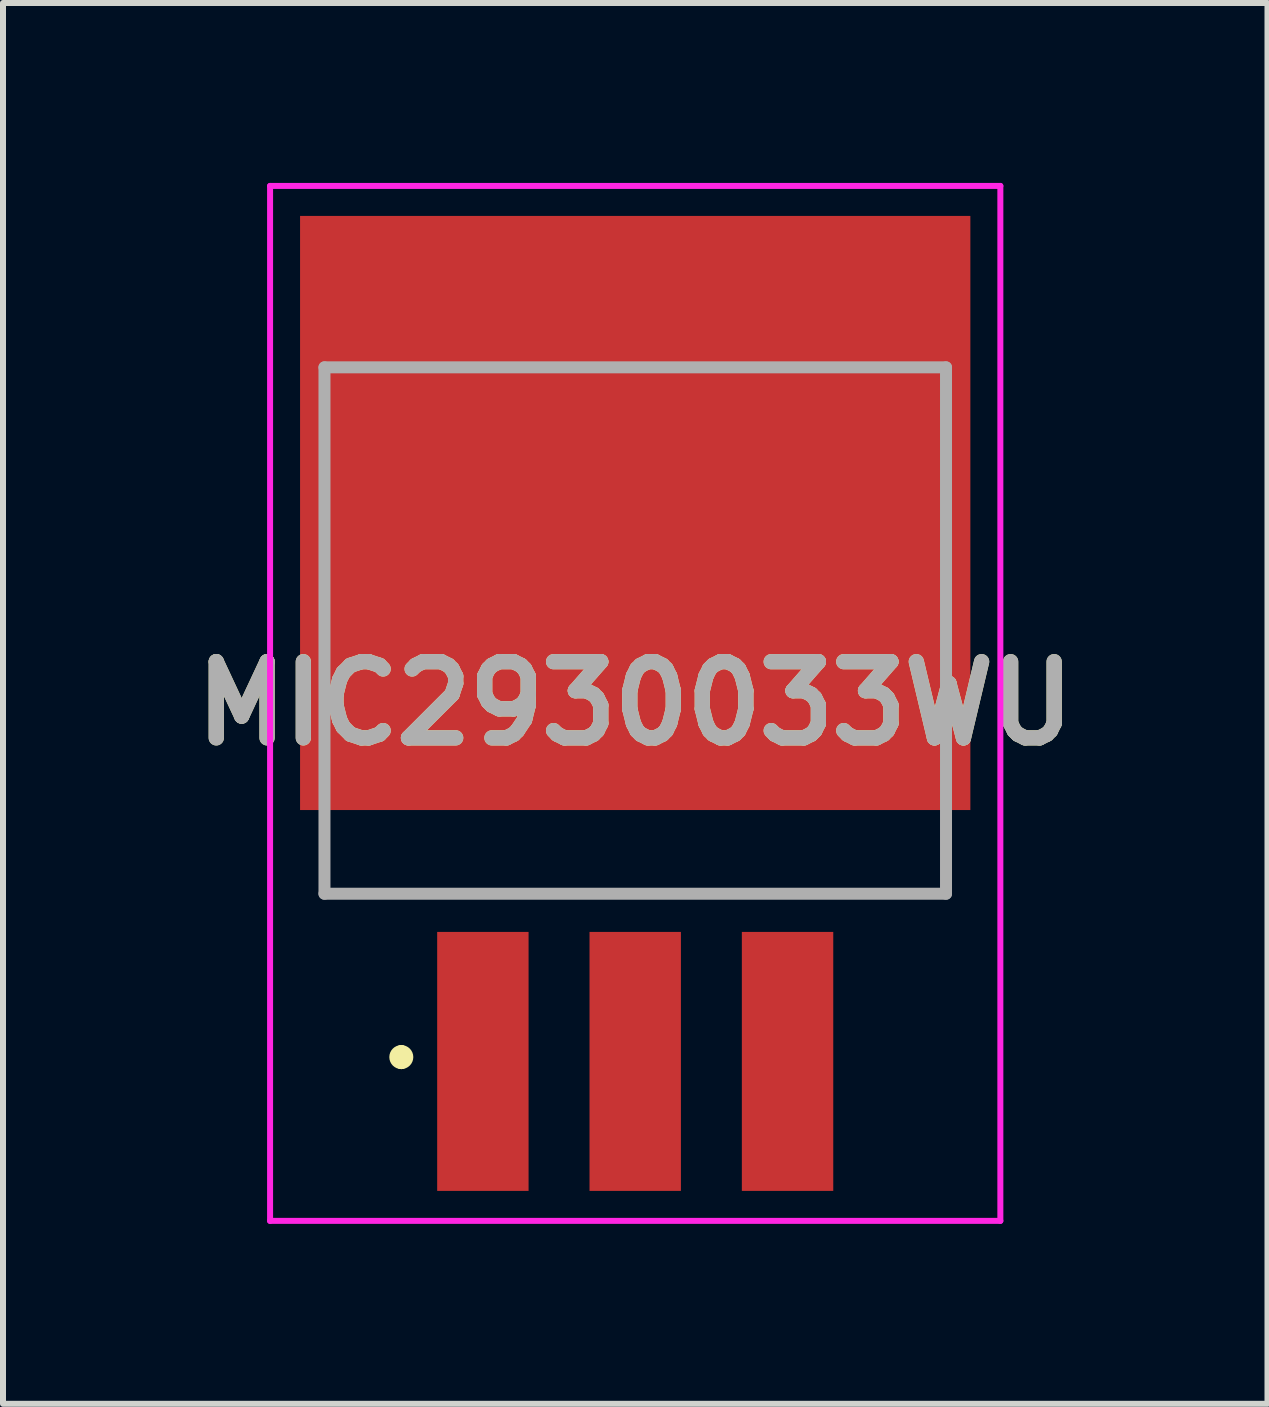
<source format=kicad_pcb>
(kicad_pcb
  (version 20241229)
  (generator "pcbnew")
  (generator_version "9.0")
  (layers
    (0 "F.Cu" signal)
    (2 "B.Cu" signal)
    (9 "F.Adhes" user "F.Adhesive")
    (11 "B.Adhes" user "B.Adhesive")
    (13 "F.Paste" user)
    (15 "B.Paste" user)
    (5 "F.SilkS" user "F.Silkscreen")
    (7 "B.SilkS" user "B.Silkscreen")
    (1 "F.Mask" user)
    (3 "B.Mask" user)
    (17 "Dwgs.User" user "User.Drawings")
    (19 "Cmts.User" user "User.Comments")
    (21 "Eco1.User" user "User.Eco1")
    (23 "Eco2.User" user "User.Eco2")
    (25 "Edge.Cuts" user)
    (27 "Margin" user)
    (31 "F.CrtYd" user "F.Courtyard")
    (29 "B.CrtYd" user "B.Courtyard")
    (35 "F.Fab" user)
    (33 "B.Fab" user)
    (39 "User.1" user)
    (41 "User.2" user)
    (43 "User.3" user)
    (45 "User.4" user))
  (footprint "MIC2930033WU"
    (layer "F.Cu")
    (at 7.541 10.075)
    (property "Reference" "MIC2930033WU" (at 0 -1.397 0) (layer "F.SilkS") (effects (font (size 1.27 1.27) (thickness 0.254))))
    (attr smd)
    (fp_line (start -5.181 1.776) (end -5.181 1) (stroke (width 0.1) (type solid)) (layer "F.SilkS"))
    (fp_line (start -3.9 4.4) (end -3.9 4.4) (stroke (width 0.2) (type solid)) (layer "F.SilkS"))
    (fp_line (start -3.9 4.6) (end -3.9 4.6) (stroke (width 0.2) (type solid)) (layer "F.SilkS"))
    (fp_line (start 5.182 1) (end 5.182 1.776) (stroke (width 0.1) (type solid)) (layer "F.SilkS"))
    (fp_line (start 5.182 1.776) (end -5.181 1.776) (stroke (width 0.1) (type solid)) (layer "F.SilkS"))
    (fp_arc (start -3.9 4.4) (mid -3.8 4.5) (end -3.9 4.6) (stroke (width 0.2) (type solid)) (layer "F.SilkS"))
    (fp_arc (start -3.9 4.6) (mid -4 4.5) (end -3.9 4.4) (stroke (width 0.2) (type solid)) (layer "F.SilkS"))
    (fp_line (start -6.088 -10.025) (end 6.088 -10.025) (stroke (width 0.1) (type solid)) (layer "F.CrtYd"))
    (fp_line (start -6.088 7.231) (end -6.088 -10.025) (stroke (width 0.1) (type solid)) (layer "F.CrtYd"))
    (fp_line (start 6.088 -10.025) (end 6.088 7.231) (stroke (width 0.1) (type solid)) (layer "F.CrtYd"))
    (fp_line (start 6.088 7.231) (end -6.088 7.231) (stroke (width 0.1) (type solid)) (layer "F.CrtYd"))
    (fp_line (start -5.181 -7) (end 5.182 -7) (stroke (width 0.2) (type solid)) (layer "F.Fab"))
    (fp_line (start -5.181 1.776) (end -5.181 -7) (stroke (width 0.2) (type solid)) (layer "F.Fab"))
    (fp_line (start 5.182 -7) (end 5.182 1.776) (stroke (width 0.2) (type solid)) (layer "F.Fab"))
    (fp_line (start 5.182 1.776) (end -5.181 1.776) (stroke (width 0.2) (type solid)) (layer "F.Fab"))
    (fp_text user "${REFERENCE}" (at 0 -1.397 0) (layer "F.Fab") (effects (font (size 1.27 1.27) (thickness 0.254))))
    (pad "1" smd rect (at -2.54 4.572) (size 1.524 4.318) (layers "F.Cu" "F.Mask" "F.Paste"))
    (pad "2" smd rect (at 0 4.572) (size 1.524 4.318) (layers "F.Cu" "F.Mask" "F.Paste"))
    (pad "3" smd rect (at 2.54 4.572) (size 1.524 4.318) (layers "F.Cu" "F.Mask" "F.Paste"))
    (pad "4" smd rect (at 0 -4.572 90) (size 9.906 11.176) (layers "F.Cu" "F.Mask" "F.Paste")))
  (gr_rect
    (start -3 -3)
    (end 18.083 20.356)
    (stroke (width 0.1) (type default))
    (fill no)
    (layer "Edge.Cuts")))
</source>
